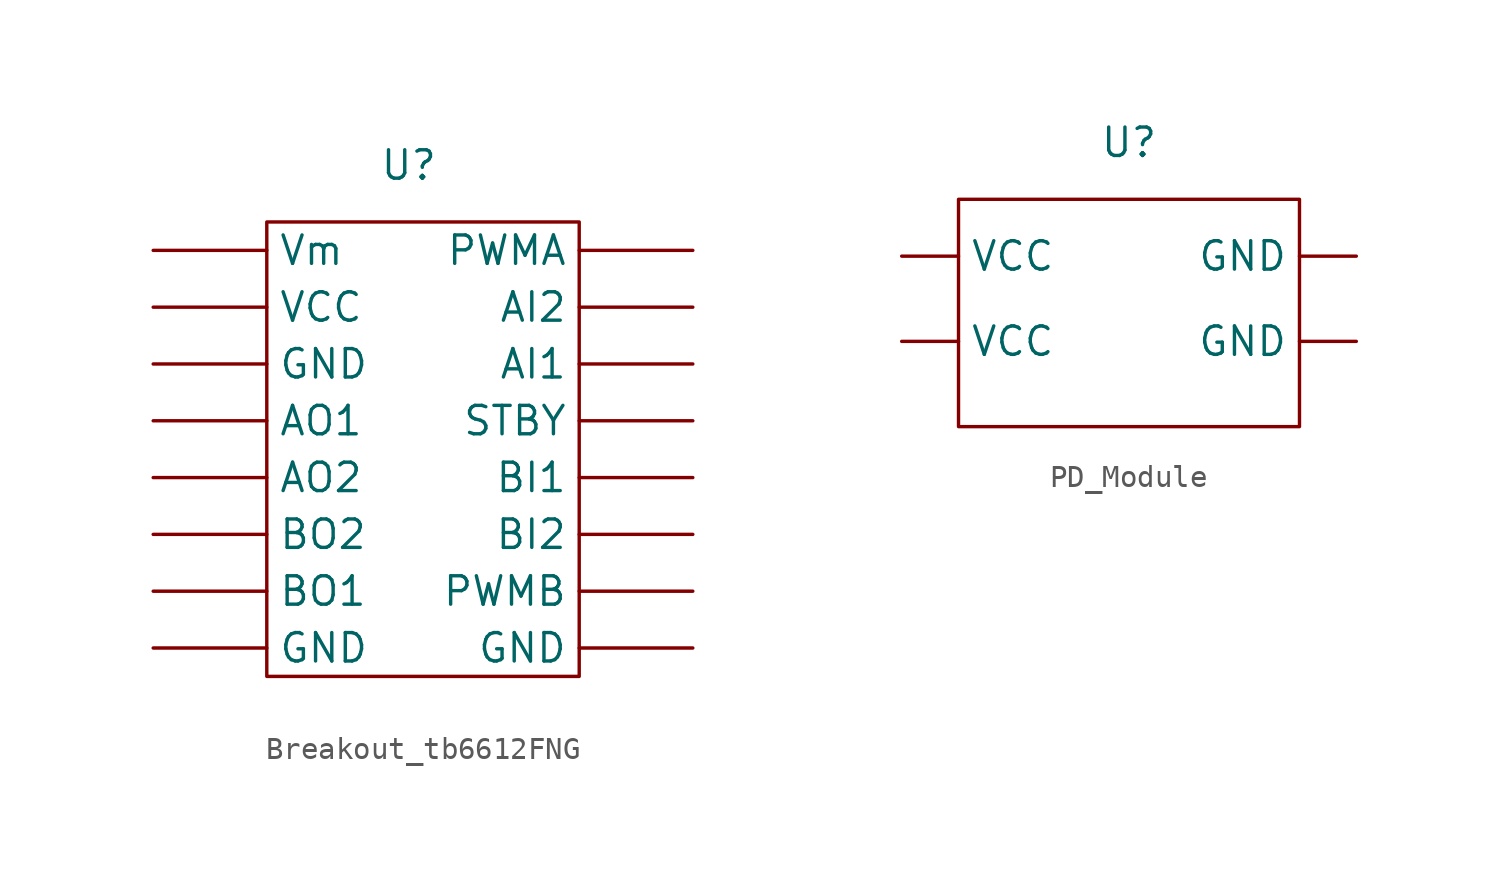
<source format=kicad_sym>
(kicad_symbol_lib
  (version 20231120)
  (generator "kicad_symbol_editor")
  (generator_version "8.0")
  (symbol "Breakout_tb6612FNG"
    (property "Reference" "U"
      (at 0 0 0)
      (effects (font (size 1.27 1.27))))
    (property "Value" ""
      (at 0 0 0)
      (effects (font (size 1.27 1.27))))
    (symbol "Breakout_tb6612FNG_0_1"
      (rectangle (start -6.35 -2.54) (end 7.62 -22.86) (stroke (width 0) (type default)) (fill (type none))))
    (symbol "Breakout_tb6612FNG_1_0"
      (pin input line (at 12.7 -8.89 180) (length 5.08) (name "AI1" (effects (font (size 1.27 1.27)))) (number "" (effects (font (size 1.27 1.27)))))
      (pin input line (at 12.7 -6.35 180) (length 5.08) (name "AI2" (effects (font (size 1.27 1.27)))) (number "" (effects (font (size 1.27 1.27)))))
      (pin output line (at -11.43 -11.43 0) (length 5.08) (name "AO1" (effects (font (size 1.27 1.27)))) (number "" (effects (font (size 1.27 1.27)))))
      (pin output line (at -11.43 -13.97 0) (length 5.08) (name "AO2" (effects (font (size 1.27 1.27)))) (number "" (effects (font (size 1.27 1.27)))))
      (pin input line (at 12.7 -13.97 180) (length 5.08) (name "BI1" (effects (font (size 1.27 1.27)))) (number "" (effects (font (size 1.27 1.27)))))
      (pin input line (at 12.7 -16.51 180) (length 5.08) (name "BI2" (effects (font (size 1.27 1.27)))) (number "" (effects (font (size 1.27 1.27)))))
      (pin output line (at -11.43 -19.05 0) (length 5.08) (name "BO1" (effects (font (size 1.27 1.27)))) (number "" (effects (font (size 1.27 1.27)))))
      (pin output line (at -11.43 -16.51 0) (length 5.08) (name "BO2" (effects (font (size 1.27 1.27)))) (number "" (effects (font (size 1.27 1.27)))))
      (pin power_in line (at -11.43 -21.59 0) (length 5.08) (name "GND" (effects (font (size 1.27 1.27)))) (number "" (effects (font (size 1.27 1.27)))))
      (pin power_in line (at -11.43 -8.89 0) (length 5.08) (name "GND" (effects (font (size 1.27 1.27)))) (number "" (effects (font (size 1.27 1.27)))))
      (pin power_in line (at 12.7 -21.59 180) (length 5.08) (name "GND" (effects (font (size 1.27 1.27)))) (number "" (effects (font (size 1.27 1.27)))))
      (pin input line (at 12.7 -3.81 180) (length 5.08) (name "PWMA" (effects (font (size 1.27 1.27)))) (number "" (effects (font (size 1.27 1.27)))))
      (pin input line (at 12.7 -19.05 180) (length 5.08) (name "PWMB" (effects (font (size 1.27 1.27)))) (number "" (effects (font (size 1.27 1.27)))))
      (pin input line (at 12.7 -11.43 180) (length 5.08) (name "STBY" (effects (font (size 1.27 1.27)))) (number "" (effects (font (size 1.27 1.27)))))
      (pin power_in line (at -11.43 -6.35 0) (length 5.08) (name "VCC" (effects (font (size 1.27 1.27)))) (number "" (effects (font (size 1.27 1.27)))))
      (pin power_in line (at -11.43 -3.81 0) (length 5.08) (name "Vm" (effects (font (size 1.27 1.27)))) (number "" (effects (font (size 1.27 1.27)))))))
  (symbol "PD_Module"
    (property "Reference" "U"
      (at 0 0 0)
      (effects (font (size 1.27 1.27))))
    (property "Value" ""
      (at 0 0 0)
      (effects (font (size 1.27 1.27))))
    (symbol "PD_Module_0_1"
      (rectangle (start -7.62 -2.54) (end 7.62 -12.7) (stroke (width 0) (type default)) (fill (type none))))
    (symbol "PD_Module_1_1"
      (pin power_in line (at 10.16 -8.89 180) (length 2.54) (name "GND" (effects (font (size 1.27 1.27)))) (number "" (effects (font (size 1.27 1.27)))))
      (pin power_in line (at 10.16 -5.08 180) (length 2.54) (name "GND" (effects (font (size 1.27 1.27)))) (number "" (effects (font (size 1.27 1.27)))))
      (pin power_in line (at -10.16 -8.89 0) (length 2.54) (name "VCC" (effects (font (size 1.27 1.27)))) (number "" (effects (font (size 1.27 1.27)))))
      (pin power_in line (at -10.16 -5.08 0) (length 2.54) (name "VCC" (effects (font (size 1.27 1.27)))) (number "" (effects (font (size 1.27 1.27))))))))
</source>
